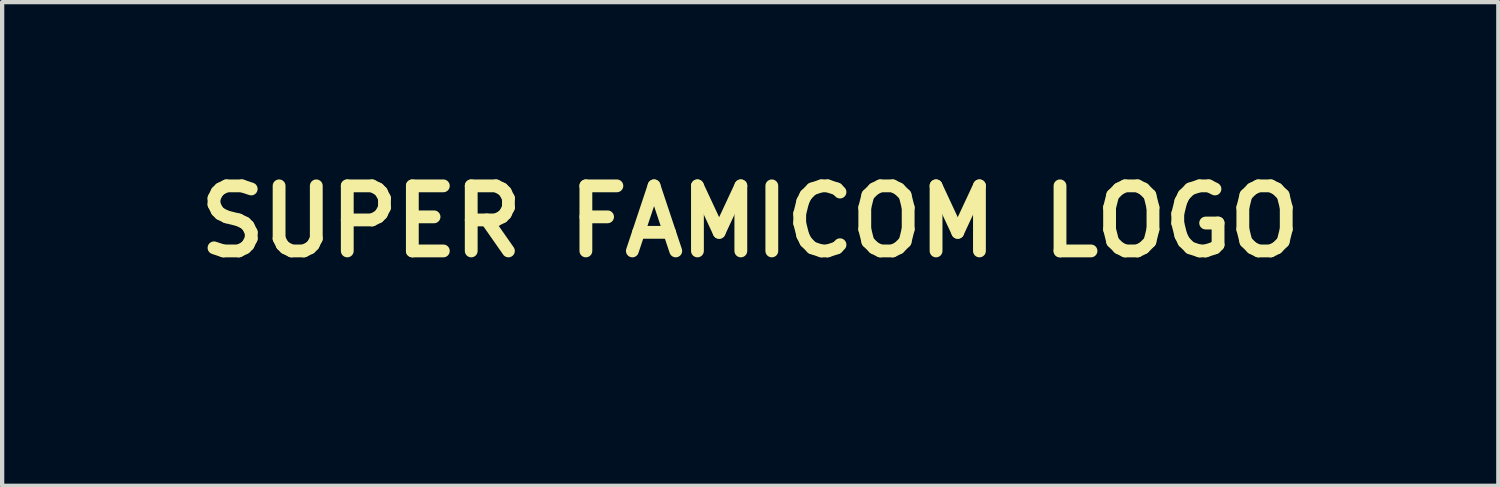
<source format=kicad_pcb>
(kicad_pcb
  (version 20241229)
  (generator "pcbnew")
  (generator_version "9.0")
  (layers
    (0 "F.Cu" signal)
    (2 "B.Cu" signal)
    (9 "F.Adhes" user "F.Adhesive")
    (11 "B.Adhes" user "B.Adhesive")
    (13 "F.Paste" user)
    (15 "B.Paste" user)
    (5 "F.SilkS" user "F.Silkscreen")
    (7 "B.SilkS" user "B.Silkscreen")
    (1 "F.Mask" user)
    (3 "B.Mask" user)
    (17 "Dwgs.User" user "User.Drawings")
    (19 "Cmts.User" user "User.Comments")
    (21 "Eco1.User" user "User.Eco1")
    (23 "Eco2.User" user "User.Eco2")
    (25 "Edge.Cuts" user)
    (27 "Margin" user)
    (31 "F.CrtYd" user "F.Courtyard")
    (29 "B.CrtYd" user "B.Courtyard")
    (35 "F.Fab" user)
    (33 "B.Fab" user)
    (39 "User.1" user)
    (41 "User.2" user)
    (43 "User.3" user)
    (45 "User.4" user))
  (footprint "SUPER FAMICOM LOGO"
    (layer "F.Cu")
    (at 14.517 2.137)
    (property "Reference" "SUPER FAMICOM LOGO" (at 0 0 0) (layer "F.SilkS") (effects (font (size 1.524 1.524) (thickness 0.3))))
    (attr through_hole)
    (fp_poly (pts (xy -2.286 1.923) (xy -3.193 1.923) (xy -3.193 1.669) (xy -2.286 1.669) (xy -2.286 1.923)) (stroke (width 0.01) (type solid)) (fill yes) (layer "F.Mask"))
    (fp_poly (pts (xy 8.563 1.052) (xy 8.128 1.052) (xy 8.128 -0.327) (xy 8.563 -0.327) (xy 8.563 1.052)) (stroke (width 0.01) (type solid)) (fill yes) (layer "F.Mask"))
    (fp_poly (pts (xy 3.411 1.633) (xy 3.072 1.633) (xy 2.922 1.63) (xy 2.8 1.624) (xy 2.725 1.614) (xy 2.709 1.609) (xy 2.693 1.559) (xy 2.685 1.471) (xy 2.685 1.464) (xy 2.685 1.343) (xy 3.411 1.343) (xy 3.411 1.633)) (stroke (width 0.01) (type solid)) (fill yes) (layer "F.Mask"))
    (fp_poly (pts (xy -4.391 1.913) (xy -4.636 1.936) (xy -4.845 1.952) (xy -5.021 1.958) (xy -5.152 1.955) (xy -5.227 1.941) (xy -5.237 1.935) (xy -5.254 1.885) (xy -5.261 1.797) (xy -5.261 1.79) (xy -5.261 1.669) (xy -4.391 1.669) (xy -4.391 1.913)) (stroke (width 0.01) (type solid)) (fill yes) (layer "F.Mask"))
    (fp_poly (pts (xy 2.613 2.286) (xy 1.415 2.286) (xy 1.415 1.996) (xy 2.359 1.996) (xy 2.359 1.633) (xy 1.46 1.633) (xy 1.438 1.52) (xy 1.428 1.432) (xy 1.435 1.375) (xy 1.436 1.375) (xy 1.477 1.364) (xy 1.578 1.355) (xy 1.726 1.347) (xy 1.909 1.343) (xy 2.034 1.343) (xy 2.613 1.343) (xy 2.613 2.286)) (stroke (width 0.01) (type solid)) (fill yes) (layer "F.Mask"))
    (fp_poly (pts (xy 0.445 1.937) (xy 0.613 1.954) (xy 0.813 1.976) (xy 1.005 1.999) (xy 1.025 2.001) (xy 1.343 2.041) (xy 1.343 2.164) (xy 1.336 2.246) (xy 1.304 2.278) (xy 1.225 2.281) (xy 1.136 2.274) (xy 1 2.259) (xy 0.838 2.239) (xy 0.762 2.228) (xy 0.546 2.197) (xy 0.391 2.174) (xy 0.288 2.154) (xy 0.225 2.135) (xy 0.194 2.112) (xy 0.182 2.081) (xy 0.181 2.04) (xy 0.181 2.025) (xy 0.181 1.913) (xy 0.445 1.937)) (stroke (width 0.01) (type solid)) (fill yes) (layer "F.Mask"))
    (fp_poly (pts (xy -0.925 1.361) (xy -0.914 1.587) (xy -0.925 1.822) (xy -0.985 2.006) (xy -1.095 2.141) (xy -1.26 2.231) (xy -1.481 2.278) (xy -1.656 2.286) (xy -1.795 2.283) (xy -1.905 2.276) (xy -1.966 2.265) (xy -1.972 2.262) (xy -1.988 2.212) (xy -1.996 2.124) (xy -1.996 2.117) (xy -1.996 1.996) (xy -1.671 1.996) (xy -1.51 1.994) (xy -1.403 1.985) (xy -1.331 1.965) (xy -1.275 1.932) (xy -1.254 1.914) (xy -1.181 1.819) (xy -1.137 1.709) (xy -1.114 1.586) (xy -1.573 1.605) (xy -2.032 1.625) (xy -2.032 1.341) (xy -0.925 1.361)) (stroke (width 0.01) (type solid)) (fill yes) (layer "F.Mask"))
    (fp_poly (pts (xy -3.946 1.349) (xy -3.881 1.359) (xy -3.845 1.382) (xy -3.827 1.438) (xy -3.819 1.545) (xy -3.818 1.58) (xy -3.827 1.808) (xy -3.878 1.993) (xy -3.967 2.125) (xy -3.997 2.151) (xy -4.078 2.195) (xy -4.186 2.233) (xy -4.294 2.259) (xy -4.377 2.266) (xy -4.408 2.257) (xy -4.421 2.211) (xy -4.427 2.125) (xy -4.427 2.117) (xy -4.419 2.033) (xy -4.385 2) (xy -4.341 1.996) (xy -4.252 1.974) (xy -4.16 1.921) (xy -4.109 1.874) (xy -4.08 1.82) (xy -4.067 1.737) (xy -4.064 1.605) (xy -4.064 1.592) (xy -4.064 1.338) (xy -3.946 1.349)) (stroke (width 0.01) (type solid)) (fill yes) (layer "F.Mask"))
    (fp_poly (pts (xy 3.77 1.35) (xy 3.816 1.358) (xy 3.844 1.38) (xy 3.859 1.43) (xy 3.864 1.525) (xy 3.864 1.658) (xy 3.852 1.868) (xy 3.808 2.028) (xy 3.726 2.143) (xy 3.599 2.221) (xy 3.419 2.266) (xy 3.179 2.285) (xy 3.075 2.286) (xy 2.685 2.286) (xy 2.685 1.996) (xy 3.061 1.996) (xy 3.237 1.994) (xy 3.358 1.987) (xy 3.439 1.971) (xy 3.498 1.945) (xy 3.533 1.921) (xy 3.603 1.842) (xy 3.628 1.739) (xy 3.629 1.707) (xy 3.635 1.579) (xy 3.651 1.458) (xy 3.652 1.454) (xy 3.677 1.374) (xy 3.722 1.348) (xy 3.77 1.35)) (stroke (width 0.01) (type solid)) (fill yes) (layer "F.Mask"))
    (fp_poly (pts (xy -3.157 1.016) (xy -3.747 1.014) (xy -3.951 1.011) (xy -4.134 1.004) (xy -4.282 0.994) (xy -4.379 0.983) (xy -4.409 0.975) (xy -4.482 0.92) (xy -4.554 0.841) (xy -4.582 0.797) (xy -4.602 0.742) (xy -4.615 0.666) (xy -4.622 0.554) (xy -4.626 0.395) (xy -4.626 0.2) (xy -4.626 -0.345) (xy -4.227 -0.345) (xy -4.218 0.145) (xy -4.212 0.362) (xy -4.201 0.517) (xy -4.178 0.62) (xy -4.136 0.682) (xy -4.067 0.713) (xy -3.966 0.724) (xy -3.84 0.726) (xy -3.594 0.726) (xy -3.584 0.191) (xy -3.574 -0.345) (xy -3.365 -0.356) (xy -3.157 -0.366) (xy -3.157 1.016)) (stroke (width 0.01) (type solid)) (fill yes) (layer "F.Mask"))
    (fp_poly (pts (xy -9.87 1.645) (xy -9.557 1.681) (xy -9.276 1.747) (xy -9.031 1.837) (xy -8.827 1.947) (xy -8.667 2.074) (xy -8.557 2.211) (xy -8.5 2.356) (xy -8.501 2.504) (xy -8.565 2.65) (xy -8.695 2.79) (xy -8.719 2.809) (xy -8.962 2.955) (xy -9.258 3.068) (xy -9.592 3.145) (xy -9.953 3.184) (xy -10.327 3.183) (xy -10.612 3.154) (xy -10.846 3.109) (xy -11.05 3.045) (xy -11.267 2.948) (xy -11.267 2.948) (xy -11.482 2.817) (xy -11.629 2.672) (xy -11.707 2.518) (xy -11.716 2.359) (xy -11.655 2.202) (xy -11.524 2.05) (xy -11.385 1.945) (xy -11.087 1.796) (xy -10.738 1.695) (xy -10.343 1.644) (xy -9.905 1.643) (xy -9.87 1.645)) (stroke (width 0.01) (type solid)) (fill yes) (layer "F.Mask"))
    (fp_poly (pts (xy -1.61 -0.243) (xy -1.523 -0.15) (xy -1.48 -0.057) (xy -1.463 0.057) (xy -1.463 0.201) (xy -1.497 0.311) (xy -1.518 0.348) (xy -1.602 0.448) (xy -1.713 0.518) (xy -1.864 0.56) (xy -2.068 0.578) (xy -2.192 0.581) (xy -2.54 0.581) (xy -2.54 1.016) (xy -2.975 1.016) (xy -2.975 -0.073) (xy -2.54 -0.073) (xy -2.54 0.254) (xy -2.251 0.254) (xy -2.103 0.252) (xy -2.01 0.242) (xy -1.957 0.222) (xy -1.927 0.188) (xy -1.924 0.184) (xy -1.89 0.08) (xy -1.915 0.004) (xy -2.003 -0.045) (xy -2.155 -0.069) (xy -2.27 -0.073) (xy -2.54 -0.073) (xy -2.975 -0.073) (xy -2.975 -0.363) (xy -1.741 -0.363) (xy -1.61 -0.243)) (stroke (width 0.01) (type solid)) (fill yes) (layer "F.Mask"))
    (fp_poly (pts (xy 0.109 1.759) (xy 0.105 1.876) (xy 0.088 1.944) (xy 0.048 1.987) (xy 0.002 2.013) (xy -0.1 2.052) (xy -0.19 2.068) (xy -0.272 2.096) (xy -0.36 2.167) (xy -0.37 2.177) (xy -0.447 2.249) (xy -0.533 2.28) (xy -0.628 2.286) (xy -0.746 2.276) (xy -0.805 2.242) (xy -0.813 2.229) (xy -0.839 2.125) (xy -0.815 2.063) (xy -0.733 2.032) (xy -0.662 2.025) (xy -0.555 2.013) (xy -0.501 1.988) (xy -0.48 1.942) (xy -0.478 1.934) (xy -0.463 1.888) (xy -0.421 1.861) (xy -0.334 1.847) (xy -0.261 1.841) (xy -0.213 1.836) (xy -0.232 1.83) (xy -0.311 1.825) (xy -0.445 1.821) (xy -0.463 1.821) (xy -0.871 1.814) (xy -0.871 1.56) (xy 0.109 1.56) (xy 0.109 1.759)) (stroke (width 0.01) (type solid)) (fill yes) (layer "F.Mask"))
    (fp_poly (pts (xy 4.1 -0.079) (xy 3.704 -0.067) (xy 3.526 -0.06) (xy 3.405 -0.05) (xy 3.324 -0.035) (xy 3.268 -0.009) (xy 3.22 0.028) (xy 3.214 0.034) (xy 3.152 0.1) (xy 3.121 0.148) (xy 3.121 0.151) (xy 3.155 0.162) (xy 3.248 0.172) (xy 3.388 0.178) (xy 3.56 0.181) (xy 3.61 0.181) (xy 4.1 0.181) (xy 4.1 0.508) (xy 3.121 0.508) (xy 3.121 1.052) (xy 2.685 1.052) (xy 2.685 0.588) (xy 2.687 0.389) (xy 2.692 0.245) (xy 2.704 0.141) (xy 2.725 0.06) (xy 2.756 -0.016) (xy 2.767 -0.037) (xy 2.826 -0.14) (xy 2.892 -0.215) (xy 2.976 -0.268) (xy 3.092 -0.302) (xy 3.25 -0.322) (xy 3.462 -0.333) (xy 3.586 -0.335) (xy 4.1 -0.345) (xy 4.1 -0.079)) (stroke (width 0.01) (type solid)) (fill yes) (layer "F.Mask"))
    (fp_poly (pts (xy 7.259 -0.339) (xy 7.429 -0.331) (xy 7.555 -0.316) (xy 7.647 -0.291) (xy 7.714 -0.254) (xy 7.767 -0.204) (xy 7.815 -0.137) (xy 7.839 -0.098) (xy 7.868 -0.042) (xy 7.888 0.024) (xy 7.9 0.114) (xy 7.907 0.242) (xy 7.91 0.422) (xy 7.91 0.537) (xy 7.91 1.056) (xy 7.702 1.045) (xy 7.493 1.034) (xy 7.506 0.581) (xy 7.51 0.366) (xy 7.502 0.213) (xy 7.48 0.109) (xy 7.436 0.043) (xy 7.367 0.004) (xy 7.267 -0.02) (xy 7.244 -0.024) (xy 7.112 -0.046) (xy 7.112 1.052) (xy 6.677 1.052) (xy 6.677 -0.036) (xy 6.35 -0.036) (xy 6.35 1.052) (xy 5.913 1.052) (xy 5.923 0.357) (xy 5.933 -0.338) (xy 6.751 -0.341) (xy 7.037 -0.342) (xy 7.259 -0.339)) (stroke (width 0.01) (type solid)) (fill yes) (layer "F.Mask"))
    (fp_poly (pts (xy -5.337 1.551) (xy -5.343 1.679) (xy -5.356 1.786) (xy -5.367 1.831) (xy -5.37 1.898) (xy -5.329 1.989) (xy -5.274 2.072) (xy -5.208 2.167) (xy -5.164 2.238) (xy -5.153 2.263) (xy -5.185 2.278) (xy -5.265 2.286) (xy -5.294 2.286) (xy -5.402 2.273) (xy -5.471 2.227) (xy -5.494 2.195) (xy -5.554 2.104) (xy -5.664 2.186) (xy -5.743 2.231) (xy -5.84 2.26) (xy -5.977 2.276) (xy -6.063 2.281) (xy -6.35 2.294) (xy -6.35 1.996) (xy -6.112 1.996) (xy -5.904 1.975) (xy -5.736 1.918) (xy -5.618 1.828) (xy -5.558 1.712) (xy -5.552 1.656) (xy -5.557 1.626) (xy -5.579 1.607) (xy -5.633 1.598) (xy -5.731 1.597) (xy -5.885 1.602) (xy -5.933 1.604) (xy -6.314 1.621) (xy -6.314 1.343) (xy -5.334 1.343) (xy -5.337 1.551)) (stroke (width 0.01) (type solid)) (fill yes) (layer "F.Mask"))
    (fp_poly (pts (xy 13.448 -0.318) (xy 13.558 -0.311) (xy 13.64 -0.3) (xy 13.705 -0.283) (xy 13.765 -0.26) (xy 13.77 -0.258) (xy 13.868 -0.208) (xy 13.94 -0.149) (xy 13.989 -0.07) (xy 14.019 0.04) (xy 14.033 0.193) (xy 14.037 0.401) (xy 14.034 0.553) (xy 14.024 1.07) (xy 13.662 1.07) (xy 13.643 0.587) (xy 13.633 0.368) (xy 13.617 0.211) (xy 13.591 0.106) (xy 13.551 0.043) (xy 13.49 0.011) (xy 13.404 0.001) (xy 13.364 0) (xy 13.244 0) (xy 13.244 1.089) (xy 12.809 1.089) (xy 12.809 0) (xy 12.655 -0.000066) (xy 12.5 -0.000132) (xy 12.513 0.226) (xy 12.516 0.377) (xy 12.512 0.562) (xy 12.502 0.742) (xy 12.501 0.752) (xy 12.476 1.052) (xy 12.045 1.052) (xy 12.055 0.372) (xy 12.065 -0.308) (xy 12.838 -0.318) (xy 13.099 -0.321) (xy 13.299 -0.321) (xy 13.448 -0.318)) (stroke (width 0.01) (type solid)) (fill yes) (layer "F.Mask"))
    (fp_poly (pts (xy -12.606 0.261) (xy -12.385 0.278) (xy -12.228 0.305) (xy -11.967 0.388) (xy -11.728 0.497) (xy -11.53 0.623) (xy -11.416 0.726) (xy -11.312 0.882) (xy -11.278 1.039) (xy -11.312 1.193) (xy -11.412 1.34) (xy -11.574 1.477) (xy -11.798 1.602) (xy -12.078 1.709) (xy -12.223 1.747) (xy -12.386 1.773) (xy -12.587 1.789) (xy -12.791 1.796) (xy -12.981 1.799) (xy -13.156 1.799) (xy -13.297 1.796) (xy -13.386 1.791) (xy -13.389 1.791) (xy -13.619 1.745) (xy -13.847 1.673) (xy -14.061 1.581) (xy -14.245 1.477) (xy -14.384 1.368) (xy -14.458 1.273) (xy -14.504 1.13) (xy -14.512 0.971) (xy -14.483 0.827) (xy -14.442 0.753) (xy -14.33 0.645) (xy -14.168 0.535) (xy -13.978 0.435) (xy -13.782 0.357) (xy -13.781 0.357) (xy -13.605 0.316) (xy -13.38 0.285) (xy -13.124 0.266) (xy -12.859 0.257) (xy -12.606 0.261)) (stroke (width 0.01) (type solid)) (fill yes) (layer "F.Mask"))
    (fp_poly (pts (xy 4.26 1.229) (xy 4.334 1.313) (xy 4.354 1.412) (xy 4.325 1.521) (xy 4.249 1.597) (xy 4.15 1.632) (xy 4.046 1.615) (xy 3.979 1.567) (xy 3.948 1.506) (xy 4.087 1.506) (xy 4.093 1.553) (xy 4.12 1.56) (xy 4.167 1.541) (xy 4.173 1.526) (xy 4.151 1.478) (xy 4.108 1.478) (xy 4.087 1.506) (xy 3.948 1.506) (xy 3.924 1.462) (xy 3.927 1.415) (xy 3.997 1.415) (xy 4.003 1.467) (xy 4.015 1.46) (xy 4.017 1.437) (xy 4.227 1.437) (xy 4.232 1.459) (xy 4.264 1.486) (xy 4.28 1.445) (xy 4.281 1.406) (xy 4.275 1.354) (xy 4.254 1.368) (xy 4.247 1.377) (xy 4.227 1.437) (xy 4.017 1.437) (xy 4.02 1.386) (xy 4.015 1.37) (xy 4.002 1.365) (xy 3.997 1.415) (xy 3.927 1.415) (xy 3.93 1.353) (xy 3.986 1.261) (xy 4.083 1.206) (xy 4.146 1.197) (xy 4.26 1.229)) (stroke (width 0.01) (type solid)) (fill yes) (layer "F.Mask"))
    (fp_poly (pts (xy 10.124 -0.036) (xy 9.741 -0.036) (xy 9.568 -0.035) (xy 9.452 -0.03) (xy 9.376 -0.017) (xy 9.323 0.007) (xy 9.279 0.043) (xy 9.269 0.053) (xy 9.217 0.118) (xy 9.19 0.196) (xy 9.181 0.312) (xy 9.18 0.357) (xy 9.19 0.51) (xy 9.221 0.613) (xy 9.25 0.658) (xy 9.286 0.696) (xy 9.33 0.721) (xy 9.399 0.738) (xy 9.506 0.748) (xy 9.667 0.754) (xy 9.721 0.756) (xy 10.124 0.768) (xy 10.124 1.052) (xy 9.661 1.051) (xy 9.444 1.048) (xy 9.287 1.038) (xy 9.176 1.022) (xy 9.101 0.997) (xy 9.09 0.992) (xy 8.931 0.889) (xy 8.833 0.776) (xy 8.809 0.726) (xy 8.746 0.498) (xy 8.737 0.277) (xy 8.781 0.074) (xy 8.872 -0.099) (xy 9.007 -0.229) (xy 9.096 -0.277) (xy 9.208 -0.304) (xy 9.391 -0.32) (xy 9.645 -0.327) (xy 9.669 -0.327) (xy 10.124 -0.327) (xy 10.124 -0.036)) (stroke (width 0.01) (type solid)) (fill yes) (layer "F.Mask"))
    (fp_poly (pts (xy -10.957 -2.123) (xy -10.649 -2.049) (xy -10.371 -1.915) (xy -10.13 -1.725) (xy -9.934 -1.484) (xy -9.84 -1.314) (xy -9.795 -1.21) (xy -9.766 -1.114) (xy -9.75 -1.006) (xy -9.744 -0.864) (xy -9.743 -0.726) (xy -9.745 -0.544) (xy -9.754 -0.412) (xy -9.773 -0.31) (xy -9.805 -0.215) (xy -9.838 -0.141) (xy -9.953 0.047) (xy -10.113 0.237) (xy -10.298 0.405) (xy -10.484 0.531) (xy -10.506 0.542) (xy -10.645 0.597) (xy -10.796 0.633) (xy -10.939 0.65) (xy -11.055 0.644) (xy -11.125 0.614) (xy -11.128 0.612) (xy -11.157 0.547) (xy -11.183 0.443) (xy -11.19 0.399) (xy -11.263 0.139) (xy -11.397 -0.105) (xy -11.582 -0.322) (xy -11.807 -0.501) (xy -12.06 -0.631) (xy -12.266 -0.69) (xy -12.414 -0.724) (xy -12.502 -0.768) (xy -12.543 -0.834) (xy -12.548 -0.936) (xy -12.542 -0.992) (xy -12.483 -1.234) (xy -12.36 -1.465) (xy -12.171 -1.695) (xy -12.15 -1.716) (xy -11.907 -1.919) (xy -11.649 -2.054) (xy -11.368 -2.124) (xy -11.286 -2.132) (xy -10.957 -2.123)) (stroke (width 0.01) (type solid)) (fill yes) (layer "F.Mask"))
    (fp_poly (pts (xy -3.557 1.352) (xy -3.521 1.386) (xy -3.519 1.406) (xy -3.514 1.45) (xy -3.495 1.431) (xy -3.481 1.406) (xy -3.416 1.358) (xy -3.321 1.344) (xy -3.23 1.365) (xy -3.2 1.386) (xy -3.16 1.472) (xy -3.175 1.573) (xy -3.232 1.654) (xy -3.289 1.697) (xy -3.338 1.699) (xy -3.414 1.661) (xy -3.52 1.6) (xy -3.519 1.716) (xy -3.511 1.81) (xy -3.492 1.872) (xy -3.42 1.934) (xy -3.315 1.981) (xy -3.232 1.996) (xy -3.183 2.007) (xy -3.161 2.054) (xy -3.157 2.141) (xy -3.162 2.229) (xy -3.188 2.273) (xy -3.25 2.281) (xy -3.364 2.259) (xy -3.393 2.252) (xy -3.548 2.198) (xy -3.658 2.115) (xy -3.728 1.993) (xy -3.764 1.822) (xy -3.774 1.616) (xy -3.774 1.506) (xy -3.375 1.506) (xy -3.356 1.551) (xy -3.336 1.553) (xy -3.298 1.516) (xy -3.297 1.506) (xy -3.325 1.463) (xy -3.336 1.458) (xy -3.369 1.476) (xy -3.375 1.506) (xy -3.774 1.506) (xy -3.774 1.343) (xy -3.647 1.343) (xy -3.557 1.352)) (stroke (width 0.01) (type solid)) (fill yes) (layer "F.Mask"))
    (fp_poly (pts (xy -8.133 -0.74) (xy -8.007 -0.732) (xy -7.908 -0.714) (xy -7.814 -0.681) (xy -7.702 -0.629) (xy -7.683 -0.619) (xy -7.48 -0.495) (xy -7.289 -0.333) (xy -7.129 -0.153) (xy -7.027 0.01) (xy -6.986 0.115) (xy -6.94 0.255) (xy -6.909 0.366) (xy -6.873 0.645) (xy -6.903 0.931) (xy -6.992 1.209) (xy -7.137 1.464) (xy -7.319 1.67) (xy -7.5 1.814) (xy -7.69 1.929) (xy -7.875 2.01) (xy -8.044 2.052) (xy -8.183 2.049) (xy -8.259 2.017) (xy -8.322 1.934) (xy -8.359 1.789) (xy -8.36 1.783) (xy -8.423 1.552) (xy -8.544 1.32) (xy -8.712 1.105) (xy -8.914 0.924) (xy -9.023 0.851) (xy -9.145 0.793) (xy -9.298 0.738) (xy -9.397 0.711) (xy -9.555 0.668) (xy -9.654 0.622) (xy -9.706 0.563) (xy -9.723 0.483) (xy -9.723 0.458) (xy -9.69 0.246) (xy -9.599 0.023) (xy -9.461 -0.193) (xy -9.287 -0.385) (xy -9.19 -0.466) (xy -9.015 -0.587) (xy -8.856 -0.668) (xy -8.69 -0.716) (xy -8.493 -0.738) (xy -8.309 -0.742) (xy -8.133 -0.74)) (stroke (width 0.01) (type solid)) (fill yes) (layer "F.Mask"))
    (fp_poly (pts (xy 11.235 -0.339) (xy 11.456 -0.286) (xy 11.618 -0.205) (xy 11.76 -0.069) (xy 11.853 0.106) (xy 11.895 0.302) (xy 11.886 0.505) (xy 11.824 0.698) (xy 11.71 0.866) (xy 11.679 0.897) (xy 11.538 0.986) (xy 11.349 1.05) (xy 11.135 1.084) (xy 10.915 1.086) (xy 10.713 1.054) (xy 10.659 1.037) (xy 10.482 0.957) (xy 10.359 0.859) (xy 10.273 0.728) (xy 10.267 0.714) (xy 10.207 0.515) (xy 10.203 0.41) (xy 10.608 0.41) (xy 10.644 0.572) (xy 10.733 0.697) (xy 10.867 0.775) (xy 11.017 0.798) (xy 11.145 0.786) (xy 11.262 0.754) (xy 11.286 0.743) (xy 11.389 0.669) (xy 11.446 0.568) (xy 11.466 0.42) (xy 11.466 0.386) (xy 11.445 0.192) (xy 11.377 0.054) (xy 11.26 -0.032) (xy 11.091 -0.07) (xy 11.019 -0.073) (xy 10.849 -0.043) (xy 10.722 0.044) (xy 10.641 0.187) (xy 10.631 0.22) (xy 10.608 0.41) (xy 10.203 0.41) (xy 10.198 0.307) (xy 10.236 0.108) (xy 10.318 -0.06) (xy 10.383 -0.134) (xy 10.552 -0.246) (xy 10.764 -0.318) (xy 10.998 -0.349) (xy 11.235 -0.339)) (stroke (width 0.01) (type solid)) (fill yes) (layer "F.Mask"))
    (fp_poly (pts (xy 1.279 -0.354) (xy 1.422 -0.342) (xy 1.527 -0.319) (xy 1.607 -0.283) (xy 1.672 -0.231) (xy 1.724 -0.174) (xy 1.797 -0.036) (xy 1.811 0.118) (xy 1.77 0.268) (xy 1.679 0.394) (xy 1.593 0.455) (xy 1.519 0.508) (xy 1.513 0.553) (xy 1.515 0.556) (xy 1.554 0.607) (xy 1.621 0.693) (xy 1.675 0.762) (xy 1.77 0.884) (xy 1.817 0.959) (xy 1.816 0.998) (xy 1.761 1.013) (xy 1.652 1.015) (xy 1.608 1.015) (xy 1.361 1.014) (xy 1.052 0.544) (xy 0.695 0.544) (xy 0.645 1.016) (xy 0.44 1.016) (xy 0.236 1.016) (xy 0.236 0.006) (xy 0.673 0.006) (xy 0.678 0.096) (xy 0.68 0.118) (xy 0.697 0.254) (xy 0.959 0.254) (xy 1.119 0.247) (xy 1.237 0.227) (xy 1.285 0.206) (xy 1.334 0.135) (xy 1.321 0.055) (xy 1.251 -0.016) (xy 1.233 -0.026) (xy 1.158 -0.048) (xy 1.045 -0.063) (xy 0.918 -0.071) (xy 0.8 -0.071) (xy 0.712 -0.061) (xy 0.678 -0.045) (xy 0.673 0.006) (xy 0.236 0.006) (xy 0.236 -0.345) (xy 0.834 -0.355) (xy 1.087 -0.357) (xy 1.279 -0.354)) (stroke (width 0.01) (type solid)) (fill yes) (layer "F.Mask"))
    (fp_poly (pts (xy 0.073 -0.079) (xy -0.33 -0.067) (xy -0.508 -0.06) (xy -0.628 -0.051) (xy -0.705 -0.037) (xy -0.755 -0.014) (xy -0.792 0.02) (xy -0.802 0.031) (xy -0.851 0.102) (xy -0.871 0.149) (xy -0.837 0.161) (xy -0.744 0.171) (xy -0.605 0.178) (xy -0.434 0.181) (xy -0.399 0.181) (xy 0.073 0.181) (xy 0.073 0.472) (xy -0.399 0.472) (xy -0.605 0.473) (xy -0.747 0.48) (xy -0.832 0.495) (xy -0.869 0.522) (xy -0.866 0.563) (xy -0.83 0.622) (xy -0.819 0.637) (xy -0.787 0.669) (xy -0.736 0.691) (xy -0.651 0.706) (xy -0.52 0.717) (xy -0.357 0.726) (xy 0.054 0.744) (xy 0.066 0.88) (xy 0.077 1.016) (xy -0.406 1.016) (xy -0.627 1.013) (xy -0.788 1.005) (xy -0.902 0.99) (xy -0.979 0.968) (xy -0.998 0.959) (xy -1.164 0.847) (xy -1.272 0.709) (xy -1.328 0.534) (xy -1.336 0.311) (xy -1.333 0.269) (xy -1.293 0.046) (xy -1.208 -0.124) (xy -1.075 -0.247) (xy -1.003 -0.288) (xy -0.926 -0.32) (xy -0.841 -0.342) (xy -0.734 -0.355) (xy -0.586 -0.361) (xy -0.388 -0.363) (xy 0.073 -0.363) (xy 0.073 -0.079)) (stroke (width 0.01) (type solid)) (fill yes) (layer "F.Mask"))
    (fp_poly (pts (xy 4.808 -0.332) (xy 5.063 -0.321) (xy 5.256 -0.301) (xy 5.401 -0.267) (xy 5.506 -0.216) (xy 5.585 -0.143) (xy 5.648 -0.043) (xy 5.661 -0.018) (xy 5.692 0.058) (xy 5.713 0.144) (xy 5.726 0.256) (xy 5.732 0.409) (xy 5.733 0.592) (xy 5.733 1.052) (xy 5.144 1.05) (xy 4.937 1.047) (xy 4.751 1.04) (xy 4.598 1.031) (xy 4.495 1.019) (xy 4.463 1.012) (xy 4.311 0.918) (xy 4.217 0.788) (xy 4.185 0.632) (xy 4.188 0.62) (xy 4.654 0.62) (xy 4.662 0.651) (xy 4.68 0.688) (xy 4.717 0.71) (xy 4.788 0.721) (xy 4.908 0.725) (xy 4.992 0.726) (xy 5.298 0.726) (xy 5.298 0.472) (xy 5.012 0.472) (xy 4.833 0.479) (xy 4.719 0.504) (xy 4.662 0.549) (xy 4.654 0.62) (xy 4.188 0.62) (xy 4.221 0.463) (xy 4.222 0.46) (xy 4.286 0.346) (xy 4.373 0.267) (xy 4.497 0.216) (xy 4.668 0.189) (xy 4.889 0.182) (xy 5.077 0.178) (xy 5.198 0.165) (xy 5.258 0.141) (xy 5.262 0.102) (xy 5.217 0.044) (xy 5.195 0.024) (xy 5.152 -0.003) (xy 5.084 -0.021) (xy 4.978 -0.031) (xy 4.82 -0.036) (xy 4.703 -0.036) (xy 4.278 -0.036) (xy 4.3 -0.345) (xy 4.808 -0.332)) (stroke (width 0.01) (type solid)) (fill yes) (layer "F.Mask"))
    (fp_poly (pts (xy -5.607 -0.352) (xy -5.403 -0.343) (xy -4.826 -0.317) (xy -4.826 -0.073) (xy -5.259 -0.073) (xy -5.495 -0.069) (xy -5.667 -0.057) (xy -5.781 -0.035) (xy -5.847 0.000312) (xy -5.872 0.049) (xy -5.872 0.082) (xy -5.863 0.117) (xy -5.84 0.141) (xy -5.79 0.157) (xy -5.7 0.168) (xy -5.558 0.177) (xy -5.443 0.182) (xy -5.228 0.195) (xy -5.071 0.215) (xy -4.96 0.246) (xy -4.881 0.292) (xy -4.82 0.357) (xy -4.81 0.371) (xy -4.766 0.485) (xy -4.756 0.631) (xy -4.783 0.775) (xy -4.805 0.829) (xy -4.845 0.893) (xy -4.898 0.94) (xy -4.973 0.974) (xy -5.081 0.996) (xy -5.233 1.009) (xy -5.438 1.015) (xy -5.662 1.016) (xy -6.277 1.016) (xy -6.277 0.728) (xy -5.782 0.718) (xy -5.58 0.712) (xy -5.439 0.705) (xy -5.346 0.695) (xy -5.289 0.679) (xy -5.257 0.656) (xy -5.247 0.642) (xy -5.229 0.573) (xy -5.274 0.523) (xy -5.383 0.49) (xy -5.559 0.474) (xy -5.68 0.472) (xy -5.907 0.465) (xy -6.073 0.442) (xy -6.189 0.4) (xy -6.267 0.335) (xy -6.297 0.288) (xy -6.347 0.122) (xy -6.335 -0.041) (xy -6.264 -0.185) (xy -6.14 -0.293) (xy -6.112 -0.307) (xy -6.054 -0.331) (xy -5.987 -0.346) (xy -5.899 -0.355) (xy -5.777 -0.356) (xy -5.607 -0.352)) (stroke (width 0.01) (type solid)) (fill yes) (layer "F.Mask"))
    (fp_poly (pts (xy 0.365 1.349) (xy 0.505 1.362) (xy 0.703 1.384) (xy 0.816 1.397) (xy 0.994 1.417) (xy 1.146 1.433) (xy 1.257 1.445) (xy 1.312 1.451) (xy 1.315 1.451) (xy 1.334 1.483) (xy 1.342 1.562) (xy 1.343 1.576) (xy 1.328 1.674) (xy 1.281 1.716) (xy 1.279 1.717) (xy 1.234 1.73) (xy 1.26 1.736) (xy 1.279 1.738) (xy 1.324 1.761) (xy 1.342 1.834) (xy 1.343 1.869) (xy 1.331 1.96) (xy 1.298 1.992) (xy 1.297 1.992) (xy 1.246 1.986) (xy 1.138 1.972) (xy 0.987 1.952) (xy 0.808 1.928) (xy 0.762 1.922) (xy 0.579 1.897) (xy 0.42 1.876) (xy 0.3 1.861) (xy 0.233 1.853) (xy 0.227 1.853) (xy 0.194 1.819) (xy 0.181 1.742) (xy 0.184 1.691) (xy 0.977 1.691) (xy 1.028 1.697) (xy 1.052 1.697) (xy 1.118 1.693) (xy 1.126 1.684) (xy 1.116 1.68) (xy 1.024 1.675) (xy 0.989 1.68) (xy 0.977 1.691) (xy 0.184 1.691) (xy 0.185 1.678) (xy 0.202 1.655) (xy 0.651 1.655) (xy 0.701 1.66) (xy 0.726 1.661) (xy 0.792 1.657) (xy 0.8 1.648) (xy 0.789 1.644) (xy 0.697 1.638) (xy 0.662 1.644) (xy 0.651 1.655) (xy 0.202 1.655) (xy 0.209 1.646) (xy 0.271 1.632) (xy 0.372 1.629) (xy 0.472 1.625) (xy 0.509 1.619) (xy 0.479 1.608) (xy 0.382 1.59) (xy 0.318 1.579) (xy 0.228 1.558) (xy 0.189 1.521) (xy 0.181 1.45) (xy 0.182 1.405) (xy 0.191 1.373) (xy 0.218 1.354) (xy 0.272 1.346) (xy 0.365 1.349)) (stroke (width 0.01) (type solid)) (fill yes) (layer "F.Mask"))
    (fp_poly (pts (xy 14.399 -0.581) (xy 14.434 -0.56) (xy 14.494 -0.478) (xy 14.517 -0.365) (xy 14.499 -0.249) (xy 14.448 -0.169) (xy 14.338 -0.113) (xy 14.216 -0.117) (xy 14.106 -0.178) (xy 14.079 -0.207) (xy 14.057 -0.254) (xy 14.213 -0.254) (xy 14.215 -0.196) (xy 14.265 -0.181) (xy 14.313 -0.191) (xy 14.306 -0.234) (xy 14.297 -0.254) (xy 14.261 -0.311) (xy 14.25 -0.322) (xy 14.381 -0.322) (xy 14.387 -0.29) (xy 14.421 -0.256) (xy 14.438 -0.291) (xy 14.441 -0.354) (xy 14.436 -0.418) (xy 14.42 -0.417) (xy 14.402 -0.39) (xy 14.381 -0.322) (xy 14.25 -0.322) (xy 14.245 -0.327) (xy 14.227 -0.297) (xy 14.213 -0.254) (xy 14.057 -0.254) (xy 14.026 -0.32) (xy 14.028 -0.35) (xy 14.095 -0.35) (xy 14.101 -0.312) (xy 14.129 -0.259) (xy 14.145 -0.278) (xy 14.15 -0.369) (xy 14.15 -0.372) (xy 14.148 -0.408) (xy 14.24 -0.408) (xy 14.275 -0.402) (xy 14.322 -0.409) (xy 14.323 -0.421) (xy 14.274 -0.43) (xy 14.253 -0.424) (xy 14.24 -0.408) (xy 14.148 -0.408) (xy 14.146 -0.445) (xy 14.13 -0.453) (xy 14.114 -0.429) (xy 14.095 -0.35) (xy 14.028 -0.35) (xy 14.032 -0.43) (xy 14.066 -0.49) (xy 14.369 -0.49) (xy 14.387 -0.472) (xy 14.405 -0.49) (xy 14.387 -0.508) (xy 14.369 -0.49) (xy 14.066 -0.49) (xy 14.081 -0.517) (xy 14.24 -0.517) (xy 14.275 -0.511) (xy 14.322 -0.518) (xy 14.323 -0.53) (xy 14.274 -0.539) (xy 14.253 -0.533) (xy 14.24 -0.517) (xy 14.081 -0.517) (xy 14.085 -0.524) (xy 14.172 -0.588) (xy 14.281 -0.612) (xy 14.399 -0.581)) (stroke (width 0.01) (type solid)) (fill yes) (layer "F.Mask")))
  (gr_rect
    (start -3 -3)
    (end 32.039 8.327)
    (stroke (width 0.1) (type default))
    (fill no)
    (layer "Edge.Cuts")))
</source>
